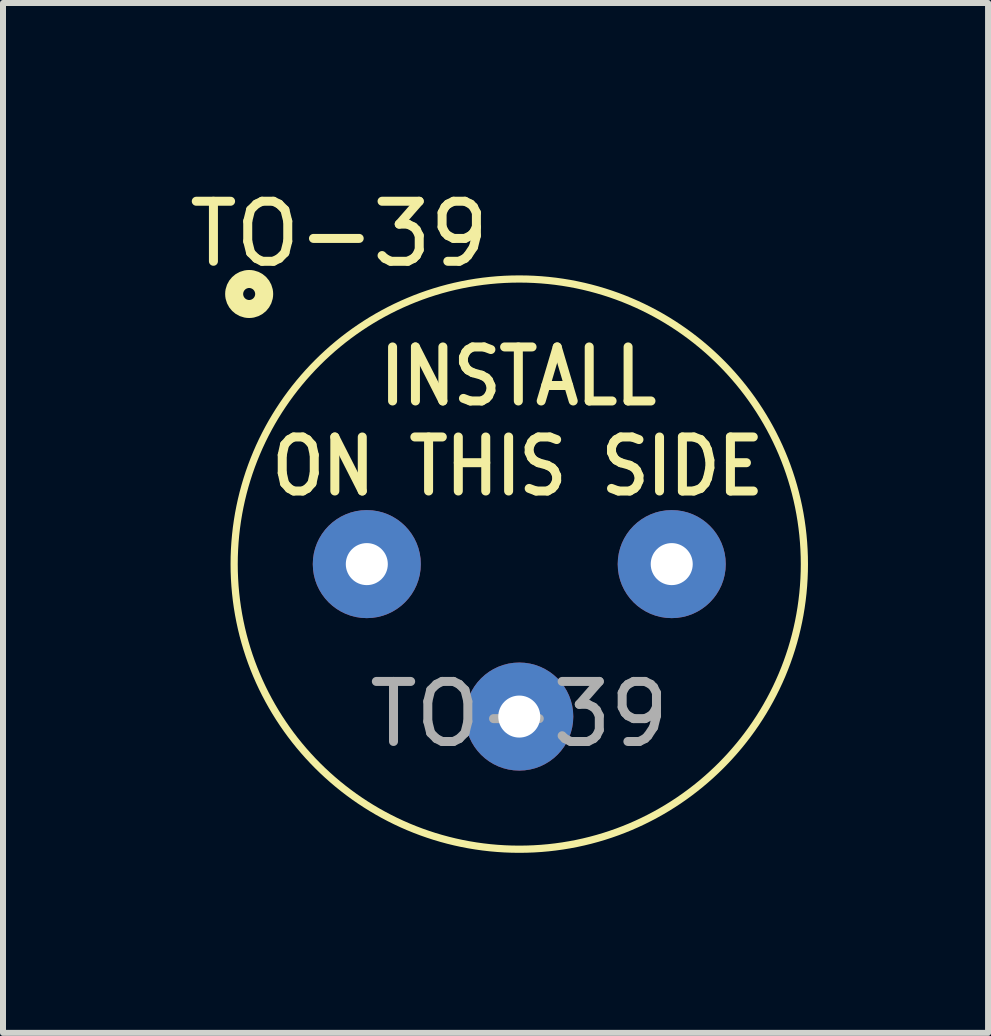
<source format=kicad_pcb>
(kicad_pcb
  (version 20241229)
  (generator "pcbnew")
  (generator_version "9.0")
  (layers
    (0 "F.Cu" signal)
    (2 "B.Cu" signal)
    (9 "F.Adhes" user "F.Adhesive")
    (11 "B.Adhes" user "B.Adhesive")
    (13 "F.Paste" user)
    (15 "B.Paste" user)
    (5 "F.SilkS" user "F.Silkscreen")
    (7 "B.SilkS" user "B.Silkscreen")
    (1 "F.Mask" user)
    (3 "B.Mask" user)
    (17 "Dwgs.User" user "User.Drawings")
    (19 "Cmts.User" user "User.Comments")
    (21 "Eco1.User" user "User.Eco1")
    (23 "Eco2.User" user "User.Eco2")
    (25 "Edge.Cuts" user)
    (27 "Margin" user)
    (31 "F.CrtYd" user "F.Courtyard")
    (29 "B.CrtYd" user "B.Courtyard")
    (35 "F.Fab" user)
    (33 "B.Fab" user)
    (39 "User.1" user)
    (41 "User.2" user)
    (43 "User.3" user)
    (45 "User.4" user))
  (footprint "TO-39"
    (layer "F.Cu")
    (at 5.601 6.348)
    (property "Reference" "TO-39" (at -3 -5.5 0) (unlocked yes) (layer "F.SilkS") (effects (font (size 1 1) (thickness 0.15))))
    (attr through_hole)
    (fp_circle (center -4.5 -4.5) (end -4.4 -4.5) (stroke (width 0.3) (type default)) (fill no) (layer "F.SilkS"))
    (fp_circle (center 0 0) (end 4.75 0) (stroke (width 0.12) (type default)) (fill no) (layer "F.SilkS"))
    (fp_text user "INSTALL" (at -2.4 -2.6 0) (unlocked yes) (layer "F.SilkS") (effects (font (size 0.9 0.8) (thickness 0.15)) (justify left bottom)))
    (fp_text user "ON THIS SIDE" (at -4.2 -1.1 0) (unlocked yes) (layer "F.SilkS") (effects (font (size 0.9 0.8) (thickness 0.15)) (justify left bottom)))
    (fp_text user "${REFERENCE}" (at 0 2.5 0) (unlocked yes) (layer "F.Fab") (effects (font (size 1 1) (thickness 0.15))))
    (pad "1" thru_hole circle (at -2.54 0) (size 1.8 1.8) (drill 0.7) (layers "*.Cu" "*.Mask"))
    (pad "2" thru_hole circle (at 0 2.54) (size 1.8 1.8) (drill 0.7) (layers "*.Cu" "*.Mask"))
    (pad "3" thru_hole circle (at 2.54 0) (size 1.8 1.8) (drill 0.7) (layers "*.Cu" "*.Mask")))
  (gr_rect
    (start -3 -3)
    (end 13.411 14.158)
    (stroke (width 0.1) (type default))
    (fill no)
    (layer "Edge.Cuts")))
</source>
